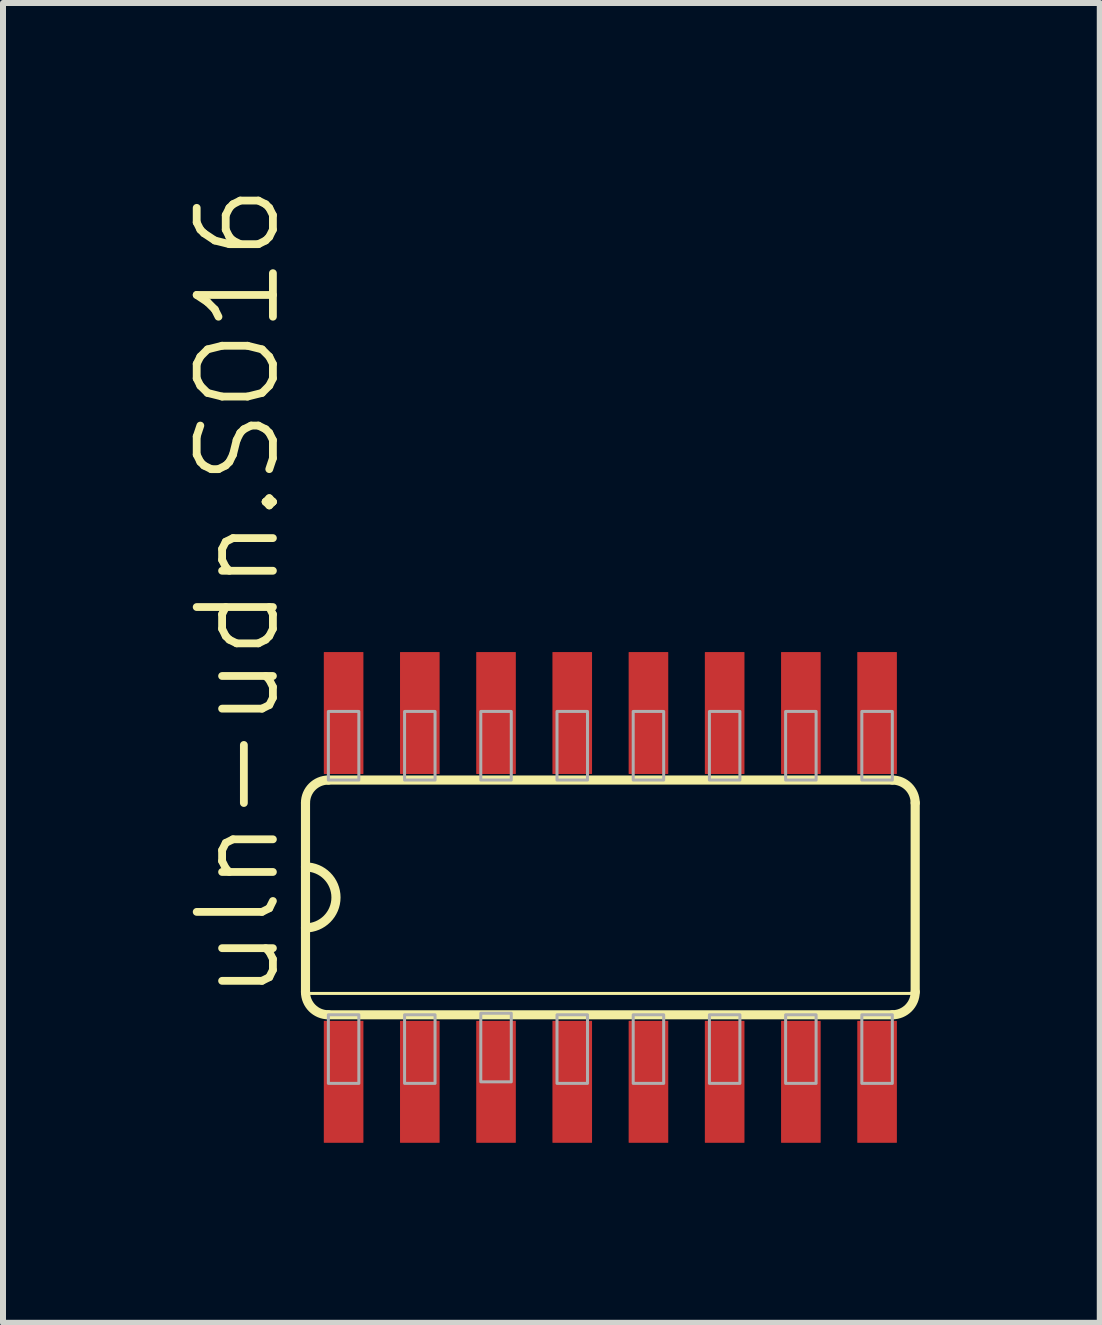
<source format=kicad_pcb>
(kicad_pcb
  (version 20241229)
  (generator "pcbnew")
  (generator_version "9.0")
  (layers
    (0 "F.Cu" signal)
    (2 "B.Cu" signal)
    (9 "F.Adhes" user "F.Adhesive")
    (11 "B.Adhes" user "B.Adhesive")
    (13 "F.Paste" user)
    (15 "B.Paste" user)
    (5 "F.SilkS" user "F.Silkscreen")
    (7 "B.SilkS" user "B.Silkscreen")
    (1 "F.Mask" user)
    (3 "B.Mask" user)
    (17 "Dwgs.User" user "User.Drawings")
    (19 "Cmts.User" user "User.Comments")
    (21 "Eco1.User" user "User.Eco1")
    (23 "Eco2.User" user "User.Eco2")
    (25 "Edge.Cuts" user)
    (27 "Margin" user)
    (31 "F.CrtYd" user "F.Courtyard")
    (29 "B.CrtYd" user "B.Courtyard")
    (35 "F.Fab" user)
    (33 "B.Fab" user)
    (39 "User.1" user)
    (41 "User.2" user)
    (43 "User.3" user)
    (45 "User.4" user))
  (footprint "uln-udn.SO16"
    (layer "F.Cu")
    (at 7.121 11.905)
    (property "Reference" "uln-udn.SO16" (at -5.461 1.778 90) (layer "F.SilkS") (effects (font (size 1.27 1.27) (thickness 0.13)) (justify left bottom)))
    (attr smd)
    (fp_line (start -5.08 -1.575) (end -5.08 1.575) (stroke (width 0.152) (type default)) (layer "F.SilkS"))
    (fp_line (start -5.08 1.6) (end 5.08 1.6) (stroke (width 0.051) (type default)) (layer "F.SilkS"))
    (fp_line (start -4.699 1.956) (end 4.699 1.956) (stroke (width 0.152) (type default)) (layer "F.SilkS"))
    (fp_line (start 4.699 -1.956) (end -4.699 -1.956) (stroke (width 0.152) (type default)) (layer "F.SilkS"))
    (fp_line (start 5.08 1.575) (end 5.08 -1.575) (stroke (width 0.152) (type default)) (layer "F.SilkS"))
    (fp_arc (start -5.08 -1.5748) (mid -4.968408 -1.844208) (end -4.699 -1.9558) (stroke (width 0.1524) (type default)) (layer "F.SilkS"))
    (fp_arc (start -5.08 -0.508) (mid -4.572 0) (end -5.08 0.508) (stroke (width 0.1524) (type default)) (layer "F.SilkS"))
    (fp_arc (start -4.699 1.9558) (mid -4.968408 1.844208) (end -5.08 1.5748) (stroke (width 0.1524) (type default)) (layer "F.SilkS"))
    (fp_arc (start 4.699 -1.9558) (mid 4.968408 -1.844208) (end 5.08 -1.5748) (stroke (width 0.1524) (type default)) (layer "F.SilkS"))
    (fp_arc (start 5.08 1.5748) (mid 4.968408 1.844208) (end 4.699 1.9558) (stroke (width 0.1524) (type default)) (layer "F.SilkS"))
    (fp_rect (start -4.699 -1.956) (end -4.191 -3.099) (stroke (width 0.05) (type default)) (fill no) (layer "F.Fab"))
    (fp_rect (start -4.699 3.099) (end -4.191 1.956) (stroke (width 0.05) (type default)) (fill no) (layer "F.Fab"))
    (fp_rect (start -3.429 -1.956) (end -2.921 -3.099) (stroke (width 0.05) (type default)) (fill no) (layer "F.Fab"))
    (fp_rect (start -3.429 3.099) (end -2.921 1.956) (stroke (width 0.05) (type default)) (fill no) (layer "F.Fab"))
    (fp_rect (start -2.159 -1.956) (end -1.651 -3.099) (stroke (width 0.05) (type default)) (fill no) (layer "F.Fab"))
    (fp_rect (start -2.159 3.073) (end -1.651 1.93) (stroke (width 0.05) (type default)) (fill no) (layer "F.Fab"))
    (fp_rect (start -0.889 -1.956) (end -0.381 -3.099) (stroke (width 0.05) (type default)) (fill no) (layer "F.Fab"))
    (fp_rect (start -0.889 3.099) (end -0.381 1.956) (stroke (width 0.05) (type default)) (fill no) (layer "F.Fab"))
    (fp_rect (start 0.381 -1.956) (end 0.889 -3.099) (stroke (width 0.05) (type default)) (fill no) (layer "F.Fab"))
    (fp_rect (start 0.381 3.099) (end 0.889 1.956) (stroke (width 0.05) (type default)) (fill no) (layer "F.Fab"))
    (fp_rect (start 1.651 -1.956) (end 2.159 -3.099) (stroke (width 0.05) (type default)) (fill no) (layer "F.Fab"))
    (fp_rect (start 1.651 3.099) (end 2.159 1.956) (stroke (width 0.05) (type default)) (fill no) (layer "F.Fab"))
    (fp_rect (start 2.921 -1.956) (end 3.429 -3.099) (stroke (width 0.05) (type default)) (fill no) (layer "F.Fab"))
    (fp_rect (start 2.921 3.099) (end 3.429 1.956) (stroke (width 0.05) (type default)) (fill no) (layer "F.Fab"))
    (fp_rect (start 4.191 -1.956) (end 4.699 -3.099) (stroke (width 0.05) (type default)) (fill no) (layer "F.Fab"))
    (fp_rect (start 4.191 3.099) (end 4.699 1.956) (stroke (width 0.05) (type default)) (fill no) (layer "F.Fab"))
    (pad "1" smd roundrect (at -4.445 3.073) (size 0.66 2.032) (layers "F.Cu" "F.Mask" "F.Paste") (roundrect_rratio 0.01))
    (pad "2" smd roundrect (at -3.175 3.073) (size 0.66 2.032) (layers "F.Cu" "F.Mask" "F.Paste") (roundrect_rratio 0.01))
    (pad "3" smd roundrect (at -1.905 3.073) (size 0.66 2.032) (layers "F.Cu" "F.Mask" "F.Paste") (roundrect_rratio 0.01))
    (pad "4" smd roundrect (at -0.635 3.073) (size 0.66 2.032) (layers "F.Cu" "F.Mask" "F.Paste") (roundrect_rratio 0.01))
    (pad "5" smd roundrect (at 0.635 3.073) (size 0.66 2.032) (layers "F.Cu" "F.Mask" "F.Paste") (roundrect_rratio 0.01))
    (pad "6" smd roundrect (at 1.905 3.073) (size 0.66 2.032) (layers "F.Cu" "F.Mask" "F.Paste") (roundrect_rratio 0.01))
    (pad "7" smd roundrect (at 3.175 3.073) (size 0.66 2.032) (layers "F.Cu" "F.Mask" "F.Paste") (roundrect_rratio 0.01))
    (pad "8" smd roundrect (at 4.445 3.073) (size 0.66 2.032) (layers "F.Cu" "F.Mask" "F.Paste") (roundrect_rratio 0.01))
    (pad "9" smd roundrect (at 4.445 -3.073) (size 0.66 2.032) (layers "F.Cu" "F.Mask" "F.Paste") (roundrect_rratio 0.01))
    (pad "10" smd roundrect (at 3.175 -3.073) (size 0.66 2.032) (layers "F.Cu" "F.Mask" "F.Paste") (roundrect_rratio 0.01))
    (pad "11" smd roundrect (at 1.905 -3.073) (size 0.66 2.032) (layers "F.Cu" "F.Mask" "F.Paste") (roundrect_rratio 0.01))
    (pad "12" smd roundrect (at 0.635 -3.073) (size 0.66 2.032) (layers "F.Cu" "F.Mask" "F.Paste") (roundrect_rratio 0.01))
    (pad "13" smd roundrect (at -0.635 -3.073) (size 0.66 2.032) (layers "F.Cu" "F.Mask" "F.Paste") (roundrect_rratio 0.01))
    (pad "14" smd roundrect (at -1.905 -3.073) (size 0.66 2.032) (layers "F.Cu" "F.Mask" "F.Paste") (roundrect_rratio 0.01))
    (pad "15" smd roundrect (at -3.175 -3.073) (size 0.66 2.032) (layers "F.Cu" "F.Mask" "F.Paste") (roundrect_rratio 0.01))
    (pad "16" smd roundrect (at -4.445 -3.073) (size 0.66 2.032) (layers "F.Cu" "F.Mask" "F.Paste") (roundrect_rratio 0.01)))
  (gr_rect
    (start -3 -3)
    (end 15.277 18.994)
    (stroke (width 0.1) (type default))
    (fill no)
    (layer "Edge.Cuts")))
</source>
